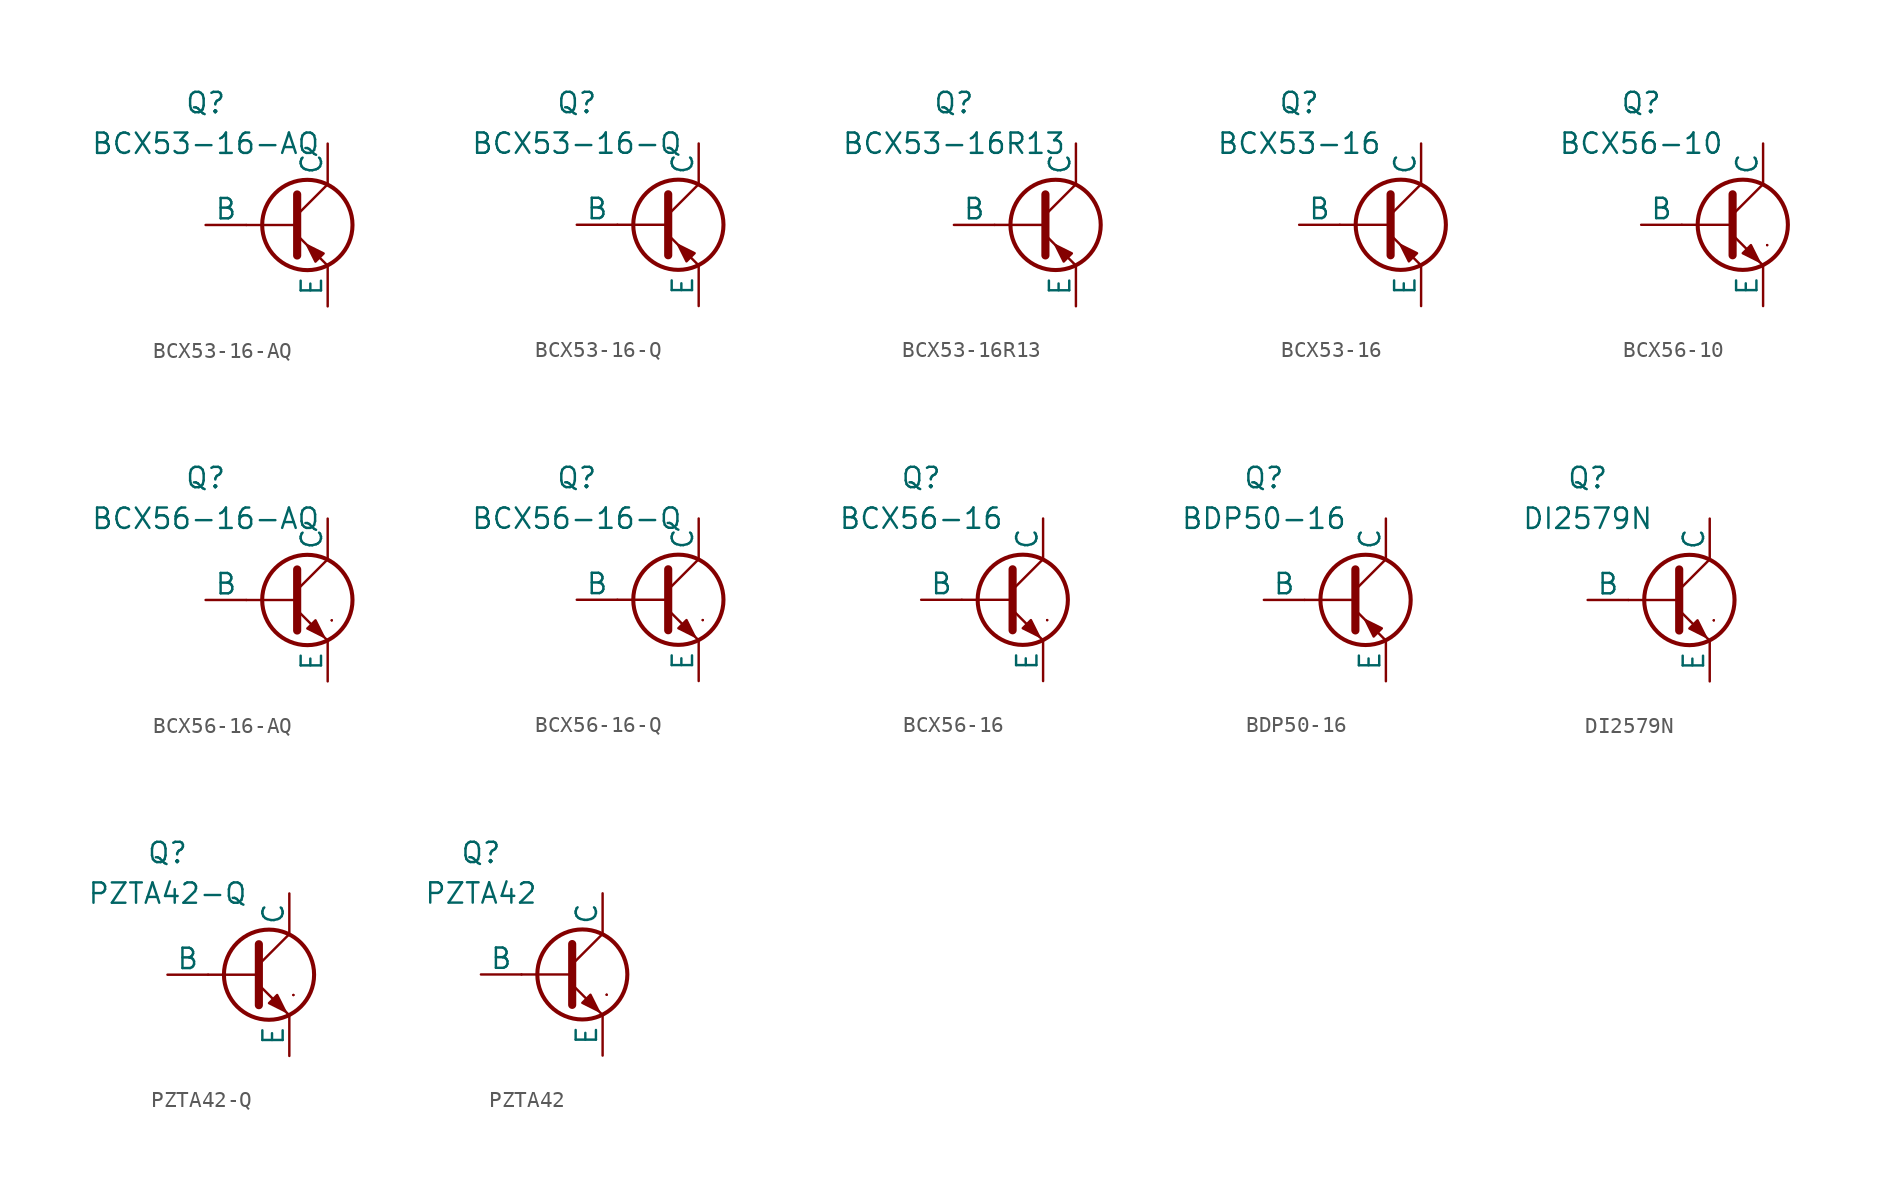
<source format=kicad_sym>
(kicad_symbol_lib
  (version 20241209)
  (generator "kicad_symbol_editor")
  (generator_version "9.0")
  (symbol "BCX53-16-AQ"
    (pin_numbers
      (hide yes))
    (pin_names
      (offset 0))
    (property "Reference" "Q"
      (at -5.08 7.62 0)
      (effects (font (size 1.27 1.27))))
    (property "Value" "BCX53-16-AQ"
      (at -5.08 5.08 0)
      (effects (font (size 1.27 1.27))))
    (symbol "BCX53-16-AQ_0_1"
      (polyline (pts (xy -2.54 0) (xy 0.635 0)) (stroke (width 0.152) (type default)) (fill (type none)))
      (polyline (pts (xy 0.635 1.905) (xy 0.635 -1.905) (xy 0.635 -1.905)) (stroke (width 0.508) (type default)) (fill (type none)))
      (polyline (pts (xy 0.635 0.635) (xy 2.54 2.54)) (stroke (width 0) (type default)) (fill (type none)))
      (polyline (pts (xy 0.635 -0.635) (xy 2.54 -2.54) (xy 2.54 -2.54)) (stroke (width 0) (type default)) (fill (type none)))
      (circle (center 1.27 0) (radius 2.819) (stroke (width 0.254) (type default)) (fill (type none)))
      (polyline (pts (xy 2.286 -1.778) (xy 1.778 -2.286) (xy 1.27 -1.27) (xy 2.286 -1.778) (xy 2.286 -1.778)) (stroke (width 0) (type default)) (fill (type outline))))
    (symbol "BCX53-16-AQ_1_1"
      (pin input line (at -5.08 0 0) (length 2.54) (name "B" (effects (font (size 1.27 1.27)))) (number "1" (effects (font (size 1.27 1.27)))))
      (pin open_collector line (at 2.54 5.08 270) (length 2.54) (name "C" (effects (font (size 1.27 1.27)))) (number "2" (effects (font (size 1.27 1.27)))))
      (pin open_emitter line (at 2.54 -5.08 90) (length 2.54) (name "E" (effects (font (size 1.27 1.27)))) (number "3" (effects (font (size 1.27 1.27)))))))
  (symbol "BCX53-16-Q"
    (pin_numbers
      (hide yes))
    (pin_names
      (offset 0))
    (property "Reference" "Q"
      (at -5.08 7.62 0)
      (effects (font (size 1.27 1.27))))
    (property "Value" "BCX53-16-Q"
      (at -5.08 5.08 0)
      (effects (font (size 1.27 1.27))))
    (symbol "BCX53-16-Q_0_1"
      (polyline (pts (xy -2.54 0) (xy 0.635 0)) (stroke (width 0.152) (type default)) (fill (type none)))
      (polyline (pts (xy 0.635 1.905) (xy 0.635 -1.905) (xy 0.635 -1.905)) (stroke (width 0.508) (type default)) (fill (type none)))
      (polyline (pts (xy 0.635 0.635) (xy 2.54 2.54)) (stroke (width 0) (type default)) (fill (type none)))
      (polyline (pts (xy 0.635 -0.635) (xy 2.54 -2.54) (xy 2.54 -2.54)) (stroke (width 0) (type default)) (fill (type none)))
      (circle (center 1.27 0) (radius 2.819) (stroke (width 0.254) (type default)) (fill (type none)))
      (polyline (pts (xy 2.286 -1.778) (xy 1.778 -2.286) (xy 1.27 -1.27) (xy 2.286 -1.778) (xy 2.286 -1.778)) (stroke (width 0) (type default)) (fill (type outline))))
    (symbol "BCX53-16-Q_1_1"
      (pin input line (at -5.08 0 0) (length 2.54) (name "B" (effects (font (size 1.27 1.27)))) (number "1" (effects (font (size 1.27 1.27)))))
      (pin open_collector line (at 2.54 5.08 270) (length 2.54) (name "C" (effects (font (size 1.27 1.27)))) (number "2" (effects (font (size 1.27 1.27)))))
      (pin open_emitter line (at 2.54 -5.08 90) (length 2.54) (name "E" (effects (font (size 1.27 1.27)))) (number "3" (effects (font (size 1.27 1.27)))))))
  (symbol "BCX53-16R13"
    (pin_numbers
      (hide yes))
    (pin_names
      (offset 0))
    (property "Reference" "Q"
      (at -5.08 7.62 0)
      (effects (font (size 1.27 1.27))))
    (property "Value" "BCX53-16R13"
      (at -5.08 5.08 0)
      (effects (font (size 1.27 1.27))))
    (symbol "BCX53-16R13_0_1"
      (polyline (pts (xy -2.54 0) (xy 0.635 0)) (stroke (width 0.152) (type default)) (fill (type none)))
      (polyline (pts (xy 0.635 1.905) (xy 0.635 -1.905) (xy 0.635 -1.905)) (stroke (width 0.508) (type default)) (fill (type none)))
      (polyline (pts (xy 0.635 0.635) (xy 2.54 2.54)) (stroke (width 0) (type default)) (fill (type none)))
      (polyline (pts (xy 0.635 -0.635) (xy 2.54 -2.54) (xy 2.54 -2.54)) (stroke (width 0) (type default)) (fill (type none)))
      (circle (center 1.27 0) (radius 2.819) (stroke (width 0.254) (type default)) (fill (type none)))
      (polyline (pts (xy 2.286 -1.778) (xy 1.778 -2.286) (xy 1.27 -1.27) (xy 2.286 -1.778) (xy 2.286 -1.778)) (stroke (width 0) (type default)) (fill (type outline))))
    (symbol "BCX53-16R13_1_1"
      (pin input line (at -5.08 0 0) (length 2.54) (name "B" (effects (font (size 1.27 1.27)))) (number "1" (effects (font (size 1.27 1.27)))))
      (pin open_collector line (at 2.54 5.08 270) (length 2.54) (name "C" (effects (font (size 1.27 1.27)))) (number "2" (effects (font (size 1.27 1.27)))))
      (pin open_emitter line (at 2.54 -5.08 90) (length 2.54) (name "E" (effects (font (size 1.27 1.27)))) (number "3" (effects (font (size 1.27 1.27)))))))
  (symbol "BCX53-16"
    (pin_numbers
      (hide yes))
    (pin_names
      (offset 0))
    (property "Reference" "Q"
      (at -5.08 7.62 0)
      (effects (font (size 1.27 1.27))))
    (property "Value" "BCX53-16"
      (at -5.08 5.08 0)
      (effects (font (size 1.27 1.27))))
    (symbol "BCX53-16_0_1"
      (polyline (pts (xy -2.54 0) (xy 0.635 0)) (stroke (width 0.152) (type default)) (fill (type none)))
      (polyline (pts (xy 0.635 1.905) (xy 0.635 -1.905) (xy 0.635 -1.905)) (stroke (width 0.508) (type default)) (fill (type none)))
      (polyline (pts (xy 0.635 0.635) (xy 2.54 2.54)) (stroke (width 0) (type default)) (fill (type none)))
      (polyline (pts (xy 0.635 -0.635) (xy 2.54 -2.54) (xy 2.54 -2.54)) (stroke (width 0) (type default)) (fill (type none)))
      (circle (center 1.27 0) (radius 2.819) (stroke (width 0.254) (type default)) (fill (type none)))
      (polyline (pts (xy 2.286 -1.778) (xy 1.778 -2.286) (xy 1.27 -1.27) (xy 2.286 -1.778) (xy 2.286 -1.778)) (stroke (width 0) (type default)) (fill (type outline))))
    (symbol "BCX53-16_1_1"
      (pin input line (at -5.08 0 0) (length 2.54) (name "B" (effects (font (size 1.27 1.27)))) (number "1" (effects (font (size 1.27 1.27)))))
      (pin open_collector line (at 2.54 5.08 270) (length 2.54) (name "C" (effects (font (size 1.27 1.27)))) (number "2" (effects (font (size 1.27 1.27)))))
      (pin open_emitter line (at 2.54 -5.08 90) (length 2.54) (name "E" (effects (font (size 1.27 1.27)))) (number "3" (effects (font (size 1.27 1.27)))))))
  (symbol "BCX56-10"
    (pin_numbers
      (hide yes))
    (pin_names
      (offset 0))
    (property "Reference" "Q"
      (at -5.08 7.62 0)
      (effects (font (size 1.27 1.27))))
    (property "Value" "BCX56-10"
      (at -5.08 5.08 0)
      (effects (font (size 1.27 1.27))))
    (symbol "BCX56-10_0_1"
      (polyline (pts (xy -2.54 0) (xy 0.635 0)) (stroke (width 0.152) (type default)) (fill (type none)))
      (polyline (pts (xy 0.635 1.905) (xy 0.635 -1.905) (xy 0.635 -1.905)) (stroke (width 0.508) (type default)) (fill (type none)))
      (polyline (pts (xy 0.635 0.635) (xy 2.54 2.54)) (stroke (width 0) (type default)) (fill (type none)))
      (polyline (pts (xy 0.635 -0.635) (xy 2.54 -2.54) (xy 2.54 -2.54)) (stroke (width 0) (type default)) (fill (type none)))
      (circle (center 1.27 0) (radius 2.819) (stroke (width 0.254) (type default)) (fill (type none)))
      (polyline (pts (xy 1.27 -1.778) (xy 1.778 -1.27) (xy 2.286 -2.286) (xy 1.27 -1.778) (xy 1.27 -1.778)) (stroke (width 0) (type default)) (fill (type outline)))
      (polyline (pts (xy 2.794 -1.27) (xy 2.794 -1.27)) (stroke (width 0.152) (type default)) (fill (type none)))
      (polyline (pts (xy 2.794 -1.27) (xy 2.794 -1.27)) (stroke (width 0.152) (type default)) (fill (type none))))
    (symbol "BCX56-10_1_1"
      (pin input line (at -5.08 0 0) (length 2.54) (name "B" (effects (font (size 1.27 1.27)))) (number "1" (effects (font (size 1.27 1.27)))))
      (pin open_collector line (at 2.54 5.08 270) (length 2.54) (name "C" (effects (font (size 1.27 1.27)))) (number "2" (effects (font (size 1.27 1.27)))))
      (pin open_emitter line (at 2.54 -5.08 90) (length 2.54) (name "E" (effects (font (size 1.27 1.27)))) (number "3" (effects (font (size 1.27 1.27)))))))
  (symbol "BCX56-16-AQ"
    (pin_numbers
      (hide yes))
    (pin_names
      (offset 0))
    (property "Reference" "Q"
      (at -5.08 7.62 0)
      (effects (font (size 1.27 1.27))))
    (property "Value" "BCX56-16-AQ"
      (at -5.08 5.08 0)
      (effects (font (size 1.27 1.27))))
    (symbol "BCX56-16-AQ_0_1"
      (polyline (pts (xy -2.54 0) (xy 0.635 0)) (stroke (width 0.152) (type default)) (fill (type none)))
      (polyline (pts (xy 0.635 1.905) (xy 0.635 -1.905) (xy 0.635 -1.905)) (stroke (width 0.508) (type default)) (fill (type none)))
      (polyline (pts (xy 0.635 0.635) (xy 2.54 2.54)) (stroke (width 0) (type default)) (fill (type none)))
      (polyline (pts (xy 0.635 -0.635) (xy 2.54 -2.54) (xy 2.54 -2.54)) (stroke (width 0) (type default)) (fill (type none)))
      (circle (center 1.27 0) (radius 2.819) (stroke (width 0.254) (type default)) (fill (type none)))
      (polyline (pts (xy 1.27 -1.778) (xy 1.778 -1.27) (xy 2.286 -2.286) (xy 1.27 -1.778) (xy 1.27 -1.778)) (stroke (width 0) (type default)) (fill (type outline)))
      (polyline (pts (xy 2.794 -1.27) (xy 2.794 -1.27)) (stroke (width 0.152) (type default)) (fill (type none)))
      (polyline (pts (xy 2.794 -1.27) (xy 2.794 -1.27)) (stroke (width 0.152) (type default)) (fill (type none))))
    (symbol "BCX56-16-AQ_1_1"
      (pin input line (at -5.08 0 0) (length 2.54) (name "B" (effects (font (size 1.27 1.27)))) (number "1" (effects (font (size 1.27 1.27)))))
      (pin open_collector line (at 2.54 5.08 270) (length 2.54) (name "C" (effects (font (size 1.27 1.27)))) (number "2" (effects (font (size 1.27 1.27)))))
      (pin open_emitter line (at 2.54 -5.08 90) (length 2.54) (name "E" (effects (font (size 1.27 1.27)))) (number "3" (effects (font (size 1.27 1.27)))))))
  (symbol "BCX56-16-Q"
    (pin_numbers
      (hide yes))
    (pin_names
      (offset 0))
    (property "Reference" "Q"
      (at -5.08 7.62 0)
      (effects (font (size 1.27 1.27))))
    (property "Value" "BCX56-16-Q"
      (at -5.08 5.08 0)
      (effects (font (size 1.27 1.27))))
    (symbol "BCX56-16-Q_0_1"
      (polyline (pts (xy -2.54 0) (xy 0.635 0)) (stroke (width 0.152) (type default)) (fill (type none)))
      (polyline (pts (xy 0.635 1.905) (xy 0.635 -1.905) (xy 0.635 -1.905)) (stroke (width 0.508) (type default)) (fill (type none)))
      (polyline (pts (xy 0.635 0.635) (xy 2.54 2.54)) (stroke (width 0) (type default)) (fill (type none)))
      (polyline (pts (xy 0.635 -0.635) (xy 2.54 -2.54) (xy 2.54 -2.54)) (stroke (width 0) (type default)) (fill (type none)))
      (circle (center 1.27 0) (radius 2.819) (stroke (width 0.254) (type default)) (fill (type none)))
      (polyline (pts (xy 1.27 -1.778) (xy 1.778 -1.27) (xy 2.286 -2.286) (xy 1.27 -1.778) (xy 1.27 -1.778)) (stroke (width 0) (type default)) (fill (type outline)))
      (polyline (pts (xy 2.794 -1.27) (xy 2.794 -1.27)) (stroke (width 0.152) (type default)) (fill (type none)))
      (polyline (pts (xy 2.794 -1.27) (xy 2.794 -1.27)) (stroke (width 0.152) (type default)) (fill (type none))))
    (symbol "BCX56-16-Q_1_1"
      (pin input line (at -5.08 0 0) (length 2.54) (name "B" (effects (font (size 1.27 1.27)))) (number "1" (effects (font (size 1.27 1.27)))))
      (pin open_collector line (at 2.54 5.08 270) (length 2.54) (name "C" (effects (font (size 1.27 1.27)))) (number "2" (effects (font (size 1.27 1.27)))))
      (pin open_emitter line (at 2.54 -5.08 90) (length 2.54) (name "E" (effects (font (size 1.27 1.27)))) (number "3" (effects (font (size 1.27 1.27)))))))
  (symbol "BCX56-16"
    (pin_numbers
      (hide yes))
    (pin_names
      (offset 0))
    (property "Reference" "Q"
      (at -5.08 7.62 0)
      (effects (font (size 1.27 1.27))))
    (property "Value" "BCX56-16"
      (at -5.08 5.08 0)
      (effects (font (size 1.27 1.27))))
    (symbol "BCX56-16_0_1"
      (polyline (pts (xy -2.54 0) (xy 0.635 0)) (stroke (width 0.152) (type default)) (fill (type none)))
      (polyline (pts (xy 0.635 1.905) (xy 0.635 -1.905) (xy 0.635 -1.905)) (stroke (width 0.508) (type default)) (fill (type none)))
      (polyline (pts (xy 0.635 0.635) (xy 2.54 2.54)) (stroke (width 0) (type default)) (fill (type none)))
      (polyline (pts (xy 0.635 -0.635) (xy 2.54 -2.54) (xy 2.54 -2.54)) (stroke (width 0) (type default)) (fill (type none)))
      (circle (center 1.27 0) (radius 2.819) (stroke (width 0.254) (type default)) (fill (type none)))
      (polyline (pts (xy 1.27 -1.778) (xy 1.778 -1.27) (xy 2.286 -2.286) (xy 1.27 -1.778) (xy 1.27 -1.778)) (stroke (width 0) (type default)) (fill (type outline)))
      (polyline (pts (xy 2.794 -1.27) (xy 2.794 -1.27)) (stroke (width 0.152) (type default)) (fill (type none)))
      (polyline (pts (xy 2.794 -1.27) (xy 2.794 -1.27)) (stroke (width 0.152) (type default)) (fill (type none))))
    (symbol "BCX56-16_1_1"
      (pin input line (at -5.08 0 0) (length 2.54) (name "B" (effects (font (size 1.27 1.27)))) (number "1" (effects (font (size 1.27 1.27)))))
      (pin open_collector line (at 2.54 5.08 270) (length 2.54) (name "C" (effects (font (size 1.27 1.27)))) (number "2" (effects (font (size 1.27 1.27)))))
      (pin open_emitter line (at 2.54 -5.08 90) (length 2.54) (name "E" (effects (font (size 1.27 1.27)))) (number "3" (effects (font (size 1.27 1.27)))))))
  (symbol "BDP50-16"
    (pin_numbers
      (hide yes))
    (pin_names
      (offset 0))
    (property "Reference" "Q"
      (at -5.08 7.62 0)
      (effects (font (size 1.27 1.27))))
    (property "Value" "BDP50-16"
      (at -5.08 5.08 0)
      (effects (font (size 1.27 1.27))))
    (symbol "BDP50-16_0_1"
      (polyline (pts (xy -2.54 0) (xy 0.635 0)) (stroke (width 0.152) (type default)) (fill (type none)))
      (polyline (pts (xy 0.635 1.905) (xy 0.635 -1.905) (xy 0.635 -1.905)) (stroke (width 0.508) (type default)) (fill (type none)))
      (polyline (pts (xy 0.635 0.635) (xy 2.54 2.54)) (stroke (width 0) (type default)) (fill (type none)))
      (polyline (pts (xy 0.635 -0.635) (xy 2.54 -2.54) (xy 2.54 -2.54)) (stroke (width 0) (type default)) (fill (type none)))
      (circle (center 1.27 0) (radius 2.819) (stroke (width 0.254) (type default)) (fill (type none)))
      (polyline (pts (xy 2.286 -1.778) (xy 1.778 -2.286) (xy 1.27 -1.27) (xy 2.286 -1.778) (xy 2.286 -1.778)) (stroke (width 0) (type default)) (fill (type outline))))
    (symbol "BDP50-16_1_1"
      (pin input line (at -5.08 0 0) (length 2.54) (name "B" (effects (font (size 1.27 1.27)))) (number "1" (effects (font (size 1.27 1.27)))))
      (pin open_collector line (at 2.54 5.08 270) (length 2.54) (name "C" (effects (font (size 1.27 1.27)))) (number "2" (effects (font (size 1.27 1.27)))))
      (pin open_emitter line (at 2.54 -5.08 90) (length 2.54) (name "E" (effects (font (size 1.27 1.27)))) (number "3" (effects (font (size 1.27 1.27)))))))
  (symbol "DI2579N"
    (pin_numbers
      (hide yes))
    (pin_names
      (offset 0))
    (property "Reference" "Q"
      (at -5.08 7.62 0)
      (effects (font (size 1.27 1.27))))
    (property "Value" "DI2579N"
      (at -5.08 5.08 0)
      (effects (font (size 1.27 1.27))))
    (symbol "DI2579N_0_1"
      (polyline (pts (xy -2.54 0) (xy 0.635 0)) (stroke (width 0.152) (type default)) (fill (type none)))
      (polyline (pts (xy 0.635 1.905) (xy 0.635 -1.905) (xy 0.635 -1.905)) (stroke (width 0.508) (type default)) (fill (type none)))
      (polyline (pts (xy 0.635 0.635) (xy 2.54 2.54)) (stroke (width 0) (type default)) (fill (type none)))
      (polyline (pts (xy 0.635 -0.635) (xy 2.54 -2.54) (xy 2.54 -2.54)) (stroke (width 0) (type default)) (fill (type none)))
      (circle (center 1.27 0) (radius 2.819) (stroke (width 0.254) (type default)) (fill (type none)))
      (polyline (pts (xy 1.27 -1.778) (xy 1.778 -1.27) (xy 2.286 -2.286) (xy 1.27 -1.778) (xy 1.27 -1.778)) (stroke (width 0) (type default)) (fill (type outline)))
      (polyline (pts (xy 2.794 -1.27) (xy 2.794 -1.27)) (stroke (width 0.152) (type default)) (fill (type none)))
      (polyline (pts (xy 2.794 -1.27) (xy 2.794 -1.27)) (stroke (width 0.152) (type default)) (fill (type none))))
    (symbol "DI2579N_1_1"
      (pin input line (at -5.08 0 0) (length 2.54) (name "B" (effects (font (size 1.27 1.27)))) (number "1" (effects (font (size 1.27 1.27)))))
      (pin open_collector line (at 2.54 5.08 270) (length 2.54) (name "C" (effects (font (size 1.27 1.27)))) (number "2" (effects (font (size 1.27 1.27)))))
      (pin open_emitter line (at 2.54 -5.08 90) (length 2.54) (name "E" (effects (font (size 1.27 1.27)))) (number "3" (effects (font (size 1.27 1.27)))))))
  (symbol "PZTA42-Q"
    (pin_numbers
      (hide yes))
    (pin_names
      (offset 0))
    (property "Reference" "Q"
      (at -5.08 7.62 0)
      (effects (font (size 1.27 1.27))))
    (property "Value" "PZTA42-Q"
      (at -5.08 5.08 0)
      (effects (font (size 1.27 1.27))))
    (symbol "PZTA42-Q_0_1"
      (polyline (pts (xy -2.54 0) (xy 0.635 0)) (stroke (width 0.152) (type default)) (fill (type none)))
      (polyline (pts (xy 0.635 1.905) (xy 0.635 -1.905) (xy 0.635 -1.905)) (stroke (width 0.508) (type default)) (fill (type none)))
      (polyline (pts (xy 0.635 0.635) (xy 2.54 2.54)) (stroke (width 0) (type default)) (fill (type none)))
      (polyline (pts (xy 0.635 -0.635) (xy 2.54 -2.54) (xy 2.54 -2.54)) (stroke (width 0) (type default)) (fill (type none)))
      (circle (center 1.27 0) (radius 2.819) (stroke (width 0.254) (type default)) (fill (type none)))
      (polyline (pts (xy 1.27 -1.778) (xy 1.778 -1.27) (xy 2.286 -2.286) (xy 1.27 -1.778) (xy 1.27 -1.778)) (stroke (width 0) (type default)) (fill (type outline)))
      (polyline (pts (xy 2.794 -1.27) (xy 2.794 -1.27)) (stroke (width 0.152) (type default)) (fill (type none)))
      (polyline (pts (xy 2.794 -1.27) (xy 2.794 -1.27)) (stroke (width 0.152) (type default)) (fill (type none))))
    (symbol "PZTA42-Q_1_1"
      (pin input line (at -5.08 0 0) (length 2.54) (name "B" (effects (font (size 1.27 1.27)))) (number "1" (effects (font (size 1.27 1.27)))))
      (pin open_collector line (at 2.54 5.08 270) (length 2.54) (name "C" (effects (font (size 1.27 1.27)))) (number "2" (effects (font (size 1.27 1.27)))))
      (pin open_emitter line (at 2.54 -5.08 90) (length 2.54) (name "E" (effects (font (size 1.27 1.27)))) (number "3" (effects (font (size 1.27 1.27)))))))
  (symbol "PZTA42"
    (pin_numbers
      (hide yes))
    (pin_names
      (offset 0))
    (property "Reference" "Q"
      (at -5.08 7.62 0)
      (effects (font (size 1.27 1.27))))
    (property "Value" "PZTA42"
      (at -5.08 5.08 0)
      (effects (font (size 1.27 1.27))))
    (symbol "PZTA42_0_1"
      (polyline (pts (xy -2.54 0) (xy 0.635 0)) (stroke (width 0.152) (type default)) (fill (type none)))
      (polyline (pts (xy 0.635 1.905) (xy 0.635 -1.905) (xy 0.635 -1.905)) (stroke (width 0.508) (type default)) (fill (type none)))
      (polyline (pts (xy 0.635 0.635) (xy 2.54 2.54)) (stroke (width 0) (type default)) (fill (type none)))
      (polyline (pts (xy 0.635 -0.635) (xy 2.54 -2.54) (xy 2.54 -2.54)) (stroke (width 0) (type default)) (fill (type none)))
      (circle (center 1.27 0) (radius 2.819) (stroke (width 0.254) (type default)) (fill (type none)))
      (polyline (pts (xy 1.27 -1.778) (xy 1.778 -1.27) (xy 2.286 -2.286) (xy 1.27 -1.778) (xy 1.27 -1.778)) (stroke (width 0) (type default)) (fill (type outline)))
      (polyline (pts (xy 2.794 -1.27) (xy 2.794 -1.27)) (stroke (width 0.152) (type default)) (fill (type none)))
      (polyline (pts (xy 2.794 -1.27) (xy 2.794 -1.27)) (stroke (width 0.152) (type default)) (fill (type none))))
    (symbol "PZTA42_1_1"
      (pin input line (at -5.08 0 0) (length 2.54) (name "B" (effects (font (size 1.27 1.27)))) (number "1" (effects (font (size 1.27 1.27)))))
      (pin open_collector line (at 2.54 5.08 270) (length 2.54) (name "C" (effects (font (size 1.27 1.27)))) (number "2" (effects (font (size 1.27 1.27)))))
      (pin open_emitter line (at 2.54 -5.08 90) (length 2.54) (name "E" (effects (font (size 1.27 1.27)))) (number "3" (effects (font (size 1.27 1.27))))))))
</source>
